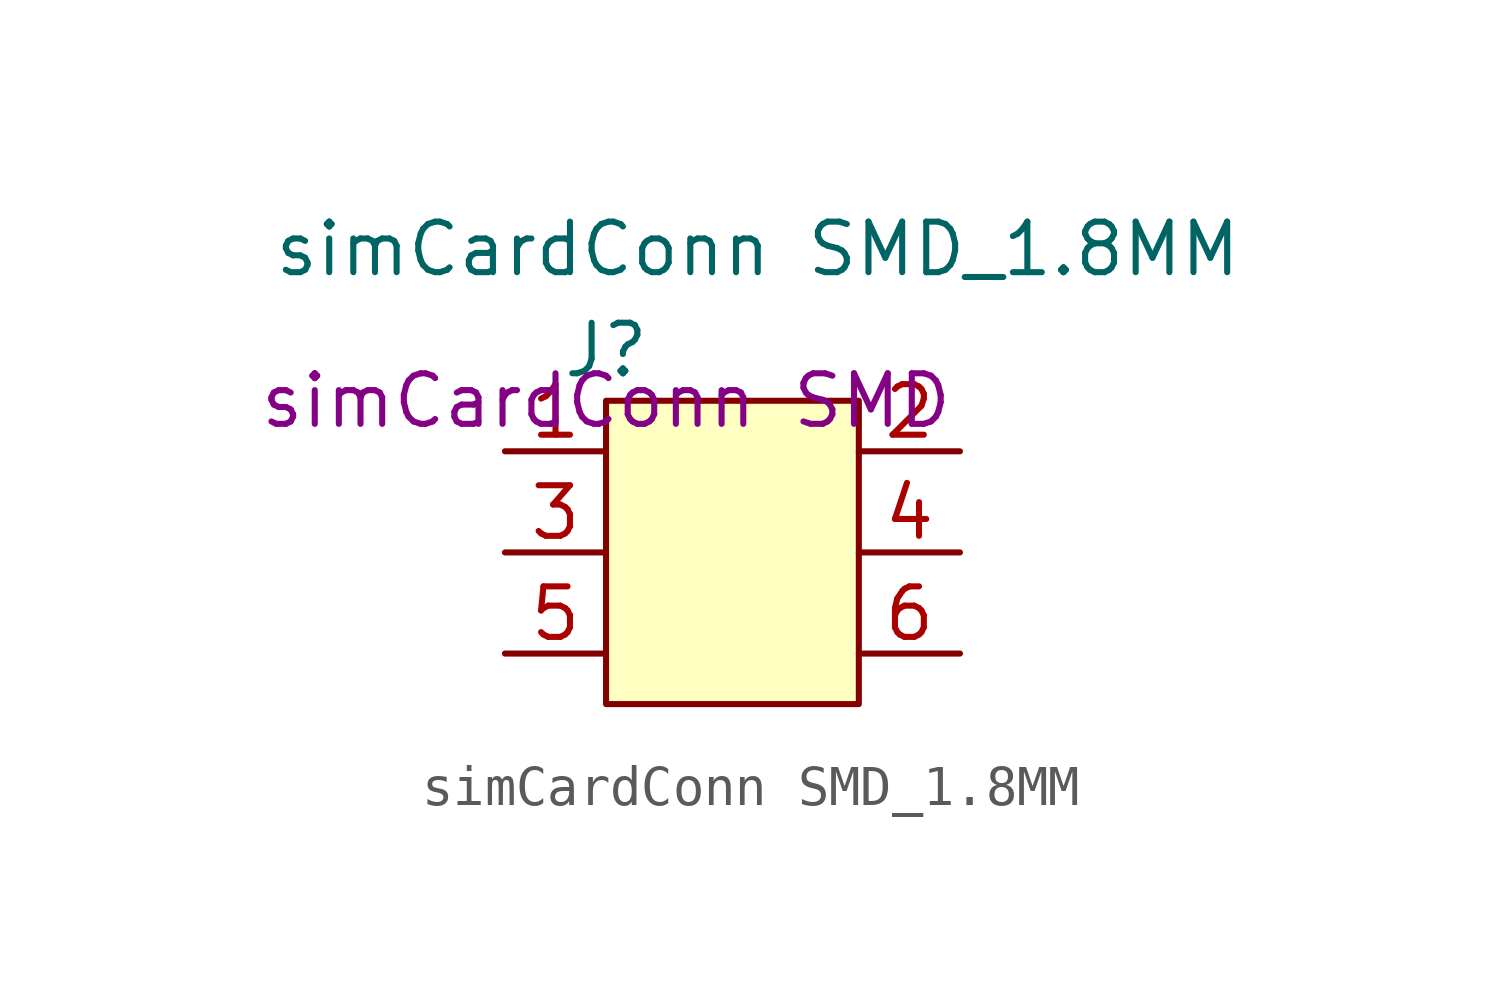
<source format=kicad_sym>
(kicad_symbol_lib
  (version 20241209)
  (generator "kicad_symbol_editor")
  (generator_version "9.0")
  (symbol "simCardConn SMD_1.8MM"
    (property "Reference" "J"
      (at 0 1.27 0)
      (effects (font (size 1.27 1.27))))
    (property "Value" "simCardConn SMD_1.8MM"
      (at 3.81 3.81 0)
      (effects (font (size 1.27 1.27))))
    (property "PartNumber" "simCardConn SMD"
      (at 0 0 0)
      (effects (font (size 1.27 1.27))))
    (symbol "simCardConn SMD_1.8MM_1_1"
      (rectangle (start 0 0) (end 6.35 -7.62) (stroke (width 0) (type default)) (fill (type background)))
      (pin passive line (at -2.54 -1.27 0) (length 2.54) (name "" (effects (font (size 1.27 1.27)))) (number "1" (effects (font (size 1.27 1.27)))))
      (pin passive line (at -2.54 -3.81 0) (length 2.54) (name "" (effects (font (size 1.27 1.27)))) (number "3" (effects (font (size 1.27 1.27)))))
      (pin passive line (at -2.54 -6.35 0) (length 2.54) (name "" (effects (font (size 1.27 1.27)))) (number "5" (effects (font (size 1.27 1.27)))))
      (pin passive line (at 8.89 -1.27 180) (length 2.54) (name "" (effects (font (size 1.27 1.27)))) (number "2" (effects (font (size 1.27 1.27)))))
      (pin passive line (at 8.89 -3.81 180) (length 2.54) (name "" (effects (font (size 1.27 1.27)))) (number "4" (effects (font (size 1.27 1.27)))))
      (pin passive line (at 8.89 -6.35 180) (length 2.54) (name "" (effects (font (size 1.27 1.27)))) (number "6" (effects (font (size 1.27 1.27))))))))
</source>
